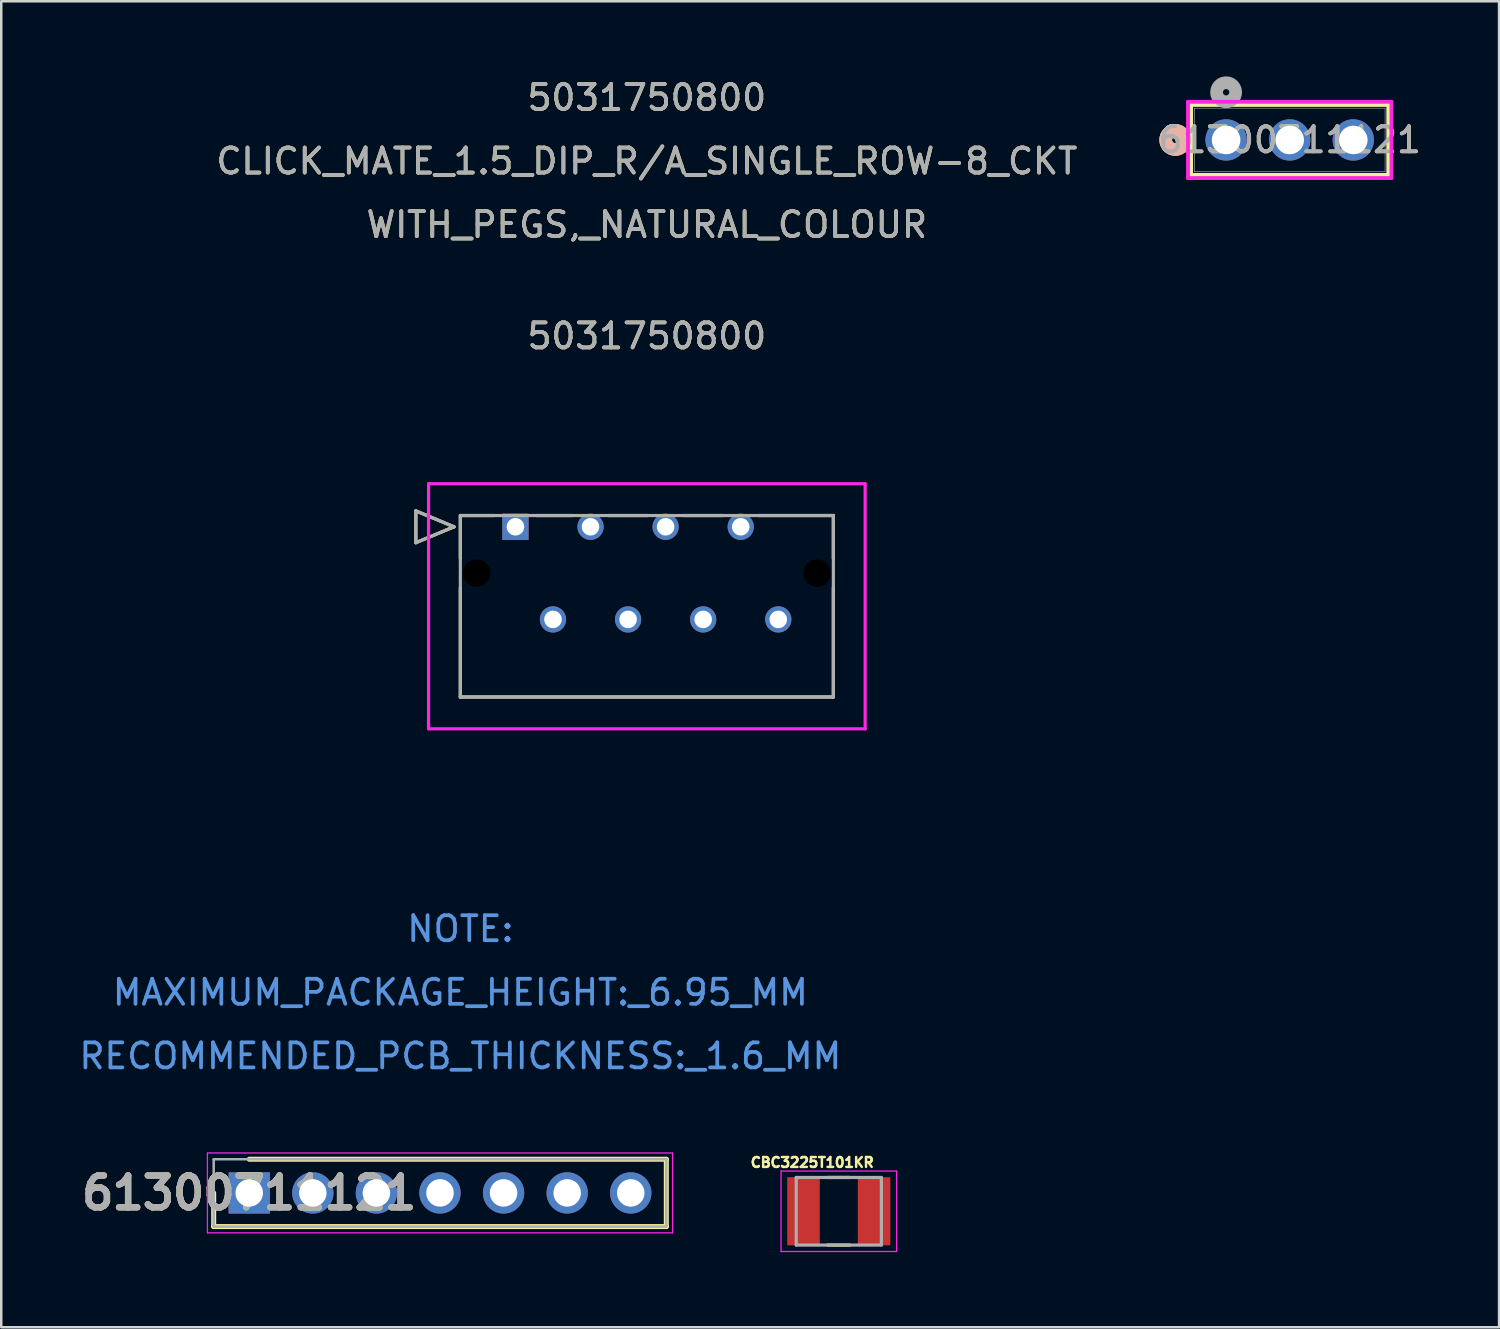
<source format=kicad_pcb>
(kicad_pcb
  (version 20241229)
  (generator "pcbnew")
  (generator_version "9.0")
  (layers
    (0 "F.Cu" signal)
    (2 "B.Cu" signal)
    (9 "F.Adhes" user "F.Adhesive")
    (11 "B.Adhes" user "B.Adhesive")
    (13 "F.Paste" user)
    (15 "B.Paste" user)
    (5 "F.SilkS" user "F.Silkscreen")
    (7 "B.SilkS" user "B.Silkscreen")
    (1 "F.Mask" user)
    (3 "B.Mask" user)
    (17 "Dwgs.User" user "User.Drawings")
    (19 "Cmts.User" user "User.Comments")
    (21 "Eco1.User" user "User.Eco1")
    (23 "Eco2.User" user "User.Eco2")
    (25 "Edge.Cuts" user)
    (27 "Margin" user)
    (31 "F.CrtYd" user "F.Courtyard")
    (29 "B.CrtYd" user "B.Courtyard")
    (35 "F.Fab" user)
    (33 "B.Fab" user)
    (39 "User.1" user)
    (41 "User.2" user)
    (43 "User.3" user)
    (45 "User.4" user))
  (footprint "CBC3225T101KR"
    (layer "F.Cu")
    (at 30.456 45.335)
    (property "Reference" "CBC3225T101KR" (at -1.06 -1.95 0) (layer "F.SilkS") (effects (font (size 0.394 0.394) (thickness 0.15))))
    (attr smd)
    (fp_line (start -0.44 -1.35) (end 0.44 -1.35) (stroke (width 0.127) (type solid)) (layer "F.SilkS"))
    (fp_line (start -0.44 1.35) (end 0.44 1.35) (stroke (width 0.127) (type solid)) (layer "F.SilkS"))
    (fp_line (start -2.308 -1.608) (end 2.308 -1.608) (stroke (width 0.05) (type solid)) (layer "F.CrtYd"))
    (fp_line (start -2.308 1.608) (end -2.308 -1.608) (stroke (width 0.05) (type solid)) (layer "F.CrtYd"))
    (fp_line (start -2.308 1.608) (end 2.308 1.608) (stroke (width 0.05) (type solid)) (layer "F.CrtYd"))
    (fp_line (start 2.308 1.608) (end 2.308 -1.608) (stroke (width 0.05) (type solid)) (layer "F.CrtYd"))
    (fp_line (start -1.7 1.35) (end -1.7 -1.35) (stroke (width 0.127) (type solid)) (layer "F.Fab"))
    (fp_line (start 1.7 -1.35) (end -1.7 -1.35) (stroke (width 0.127) (type solid)) (layer "F.Fab"))
    (fp_line (start 1.7 1.35) (end -1.7 1.35) (stroke (width 0.127) (type solid)) (layer "F.Fab"))
    (fp_line (start 1.7 1.35) (end 1.7 -1.35) (stroke (width 0.127) (type solid)) (layer "F.Fab"))
    (pad "1" smd rect (at -1.41 0) (size 1.3 2.72) (layers "F.Cu" "F.Mask" "F.Paste"))
    (pad "2" smd rect (at 1.41 0) (size 1.3 2.72) (layers "F.Cu" "F.Mask" "F.Paste")))
  (footprint "61300311121"
    (layer "F.Cu")
    (at 45.928 2.54)
    (property "Reference" "61300311121" (at 2.54 0 0) (unlocked yes) (layer "F.SilkS") (effects (font (size 1 1) (thickness 0.15))))
    (attr through_hole)
    (fp_line (start -1.397 -1.397) (end -1.397 1.397) (stroke (width 0.152) (type solid)) (layer "F.SilkS"))
    (fp_line (start -1.397 1.397) (end 6.477 1.397) (stroke (width 0.152) (type solid)) (layer "F.SilkS"))
    (fp_line (start 6.477 -1.397) (end -1.397 -1.397) (stroke (width 0.152) (type solid)) (layer "F.SilkS"))
    (fp_line (start 6.477 1.397) (end 6.477 -1.397) (stroke (width 0.152) (type solid)) (layer "F.SilkS"))
    (fp_circle (center -2.032 0) (end -1.651 0) (stroke (width 0.508) (type solid)) (fill no) (layer "F.SilkS"))
    (fp_circle (center -2.032 0) (end -1.651 0) (stroke (width 0.508) (type solid)) (fill no) (layer "B.SilkS"))
    (fp_line (start -1.524 -1.524) (end -1.524 1.524) (stroke (width 0.152) (type solid)) (layer "F.CrtYd"))
    (fp_line (start -1.524 1.524) (end 6.604 1.524) (stroke (width 0.152) (type solid)) (layer "F.CrtYd"))
    (fp_line (start 6.604 -1.524) (end -1.524 -1.524) (stroke (width 0.152) (type solid)) (layer "F.CrtYd"))
    (fp_line (start 6.604 1.524) (end 6.604 -1.524) (stroke (width 0.152) (type solid)) (layer "F.CrtYd"))
    (fp_line (start -1.27 -1.27) (end -1.27 1.27) (stroke (width 0.025) (type solid)) (layer "F.Fab"))
    (fp_line (start -1.27 1.27) (end 6.35 1.27) (stroke (width 0.025) (type solid)) (layer "F.Fab"))
    (fp_line (start 6.35 -1.27) (end -1.27 -1.27) (stroke (width 0.025) (type solid)) (layer "F.Fab"))
    (fp_line (start 6.35 1.27) (end 6.35 -1.27) (stroke (width 0.025) (type solid)) (layer "F.Fab"))
    (fp_circle (center 0 -1.905) (end 0.381 -1.905) (stroke (width 0.508) (type solid)) (fill no) (layer "F.Fab"))
    (fp_text user "${REFERENCE}" (at 2.54 0 0) (unlocked yes) (layer "F.Fab") (effects (font (size 1 1) (thickness 0.15))))
    (pad "1" thru_hole circle (at 0 0) (size 1.651 1.651) (drill 1.143) (layers "*.Cu" "*.Mask"))
    (pad "2" thru_hole circle (at 2.54 0) (size 1.651 1.651) (drill 1.143) (layers "*.Cu" "*.Mask"))
    (pad "3" thru_hole circle (at 5.08 0) (size 1.651 1.651) (drill 1.143) (layers "*.Cu" "*.Mask")))
  (footprint "61300711121"
    (layer "F.Cu")
    (at 6.906 44.602)
    (property "Reference" "61300711121" (at 0 0 0) (layer "F.SilkS") (effects (font (size 1.27 1.27) (thickness 0.254))))
    (attr through_hole)
    (fp_line (start -1.42 0) (end -1.42 1.345) (stroke (width 0.2) (type solid)) (layer "F.SilkS"))
    (fp_line (start -1.42 1.345) (end 16.66 1.345) (stroke (width 0.2) (type solid)) (layer "F.SilkS"))
    (fp_line (start 16.66 -1.345) (end 0 -1.345) (stroke (width 0.2) (type solid)) (layer "F.SilkS"))
    (fp_line (start 16.66 1.345) (end 16.66 -1.345) (stroke (width 0.2) (type solid)) (layer "F.SilkS"))
    (fp_line (start -1.67 -1.595) (end 16.91 -1.595) (stroke (width 0.05) (type solid)) (layer "F.CrtYd"))
    (fp_line (start -1.67 1.595) (end -1.67 -1.595) (stroke (width 0.05) (type solid)) (layer "F.CrtYd"))
    (fp_line (start 16.91 -1.595) (end 16.91 1.595) (stroke (width 0.05) (type solid)) (layer "F.CrtYd"))
    (fp_line (start 16.91 1.595) (end -1.67 1.595) (stroke (width 0.05) (type solid)) (layer "F.CrtYd"))
    (fp_line (start -1.42 -1.345) (end 16.66 -1.345) (stroke (width 0.1) (type solid)) (layer "F.Fab"))
    (fp_line (start -1.42 1.345) (end -1.42 -1.345) (stroke (width 0.1) (type solid)) (layer "F.Fab"))
    (fp_line (start 16.66 -1.345) (end 16.66 1.345) (stroke (width 0.1) (type solid)) (layer "F.Fab"))
    (fp_line (start 16.66 1.345) (end -1.42 1.345) (stroke (width 0.1) (type solid)) (layer "F.Fab"))
    (fp_text user "${REFERENCE}" (at 0 0 0) (layer "F.Fab") (effects (font (size 1.27 1.27) (thickness 0.254))))
    (pad "1" thru_hole rect (at 0 0) (size 1.65 1.65) (drill 1.1) (layers "*.Cu" "*.Mask"))
    (pad "2" thru_hole circle (at 2.54 0) (size 1.65 1.65) (drill 1.1) (layers "*.Cu" "*.Mask"))
    (pad "3" thru_hole circle (at 5.08 0) (size 1.65 1.65) (drill 1.1) (layers "*.Cu" "*.Mask"))
    (pad "4" thru_hole circle (at 7.62 0) (size 1.65 1.65) (drill 1.1) (layers "*.Cu" "*.Mask"))
    (pad "5" thru_hole circle (at 10.16 0) (size 1.65 1.65) (drill 1.1) (layers "*.Cu" "*.Mask"))
    (pad "6" thru_hole circle (at 12.7 0) (size 1.65 1.65) (drill 1.1) (layers "*.Cu" "*.Mask"))
    (pad "7" thru_hole circle (at 15.24 0) (size 1.65 1.65) (drill 1.1) (layers "*.Cu" "*.Mask")))
  (footprint "5031750800"
    (layer "F.Cu")
    (at 17.539 17.993)
    (property "Reference" "5031750800" (at 5.25 -7.62 0) (unlocked yes) (layer "F.SilkS") (effects (font (size 1 1) (thickness 0.15))))
    (attr through_hole)
    (fp_line (start -3.978 -0.635) (end -2.454 0) (stroke (width 0.127) (type solid)) (layer "F.SilkS"))
    (fp_line (start -3.978 0.635) (end -3.978 -0.635) (stroke (width 0.127) (type solid)) (layer "F.SilkS"))
    (fp_line (start -2.454 0) (end -3.978 0.635) (stroke (width 0.127) (type solid)) (layer "F.SilkS"))
    (fp_line (start -2.2 -0.45) (end -2.2 1.272) (stroke (width 0.127) (type solid)) (layer "F.SilkS"))
    (fp_line (start -2.2 2.428) (end -2.2 6.8) (stroke (width 0.127) (type solid)) (layer "F.SilkS"))
    (fp_line (start -2.2 6.8) (end 12.7 6.8) (stroke (width 0.127) (type solid)) (layer "F.SilkS"))
    (fp_line (start -0.845 -0.45) (end -2.2 -0.45) (stroke (width 0.127) (type solid)) (layer "F.SilkS"))
    (fp_line (start 2.285 -0.45) (end 0.845 -0.45) (stroke (width 0.127) (type solid)) (layer "F.SilkS"))
    (fp_line (start 5.285 -0.45) (end 3.715 -0.45) (stroke (width 0.127) (type solid)) (layer "F.SilkS"))
    (fp_line (start 8.285 -0.45) (end 6.715 -0.45) (stroke (width 0.127) (type solid)) (layer "F.SilkS"))
    (fp_line (start 12.7 -0.45) (end 9.715 -0.45) (stroke (width 0.127) (type solid)) (layer "F.SilkS"))
    (fp_line (start 12.7 1.272) (end 12.7 -0.45) (stroke (width 0.127) (type solid)) (layer "F.SilkS"))
    (fp_line (start 12.7 6.8) (end 12.7 2.428) (stroke (width 0.127) (type solid)) (layer "F.SilkS"))
    (fp_line (start -3.47 -1.72) (end -3.47 8.07) (stroke (width 0.127) (type solid)) (layer "F.CrtYd"))
    (fp_line (start -3.47 8.07) (end 13.97 8.07) (stroke (width 0.127) (type solid)) (layer "F.CrtYd"))
    (fp_line (start 13.97 -1.72) (end -3.47 -1.72) (stroke (width 0.127) (type solid)) (layer "F.CrtYd"))
    (fp_line (start 13.97 8.07) (end 13.97 -1.72) (stroke (width 0.127) (type solid)) (layer "F.CrtYd"))
    (fp_line (start -3.978 -0.635) (end -2.454 0) (stroke (width 0.127) (type solid)) (layer "F.Fab"))
    (fp_line (start -3.978 0.635) (end -3.978 -0.635) (stroke (width 0.127) (type solid)) (layer "F.Fab"))
    (fp_line (start -2.454 0) (end -3.978 0.635) (stroke (width 0.127) (type solid)) (layer "F.Fab"))
    (fp_line (start -2.2 -0.45) (end -2.2 6.8) (stroke (width 0.127) (type solid)) (layer "F.Fab"))
    (fp_line (start -2.2 6.8) (end 12.7 6.8) (stroke (width 0.127) (type solid)) (layer "F.Fab"))
    (fp_line (start 12.7 -0.45) (end -2.2 -0.45) (stroke (width 0.127) (type solid)) (layer "F.Fab"))
    (fp_line (start 12.7 6.8) (end 12.7 -0.45) (stroke (width 0.127) (type solid)) (layer "F.Fab"))
    (fp_text user "WITH_PEGS,_NATURAL_COLOUR" (at 5.25 -12.065 0) (unlocked yes) (layer "F.SilkS") (effects (font (size 1 1) (thickness 0.15))))
    (fp_text user "5031750800" (at 5.25 -17.145 0) (unlocked yes) (layer "F.SilkS") (effects (font (size 1 1) (thickness 0.15))))
    (fp_text user "CLICK_MATE_1.5_DIP_R/A_SINGLE_ROW-8_CKT" (at 5.25 -14.605 0) (unlocked yes) (layer "F.SilkS") (effects (font (size 1 1) (thickness 0.15))))
    (fp_text user "RECOMMENDED_PCB_THICKNESS:_1.6_MM" (at -2.2 21.14 0) (unlocked yes) (layer "Cmts.User") (effects (font (size 1 1) (thickness 0.15))))
    (fp_text user "MAXIMUM_PACKAGE_HEIGHT:_6.95_MM" (at -2.2 18.6 0) (unlocked yes) (layer "Cmts.User") (effects (font (size 1 1) (thickness 0.15))))
    (fp_text user "NOTE:" (at -2.2 16.06 0) (unlocked yes) (layer "Cmts.User") (effects (font (size 1 1) (thickness 0.15))))
    (fp_text user "WITH_PEGS,_NATURAL_COLOUR" (at 5.25 -12.065 0) (unlocked yes) (layer "F.Fab") (effects (font (size 1 1) (thickness 0.15))))
    (fp_text user "${REFERENCE}" (at 5.25 -7.62 0) (unlocked yes) (layer "F.Fab") (effects (font (size 1 1) (thickness 0.15))))
    (fp_text user "5031750800" (at 5.25 -17.145 0) (unlocked yes) (layer "F.Fab") (effects (font (size 1 1) (thickness 0.15))))
    (fp_text user "CLICK_MATE_1.5_DIP_R/A_SINGLE_ROW-8_CKT" (at 5.25 -14.605 0) (unlocked yes) (layer "F.Fab") (effects (font (size 1 1) (thickness 0.15))))
    (pad "" np_thru_hole circle (at -1.55 1.85) (size 1.1 1.1) (drill 1.1) (layers))
    (pad "" np_thru_hole circle (at 12.05 1.85) (size 1.1 1.1) (drill 1.1) (layers))
    (pad "1" thru_hole rect (at 0 0) (size 1.05 1.05) (drill 0.7) (layers "*.Cu" "*.Mask"))
    (pad "2" thru_hole circle (at 1.5 3.7) (size 1.05 1.05) (drill 0.7) (layers "*.Cu" "*.Mask"))
    (pad "3" thru_hole circle (at 3 0) (size 1.05 1.05) (drill 0.7) (layers "*.Cu" "*.Mask"))
    (pad "4" thru_hole circle (at 4.5 3.7) (size 1.05 1.05) (drill 0.7) (layers "*.Cu" "*.Mask"))
    (pad "5" thru_hole circle (at 6 0) (size 1.05 1.05) (drill 0.7) (layers "*.Cu" "*.Mask"))
    (pad "6" thru_hole circle (at 7.5 3.7) (size 1.05 1.05) (drill 0.7) (layers "*.Cu" "*.Mask"))
    (pad "7" thru_hole circle (at 9 0) (size 1.05 1.05) (drill 0.7) (layers "*.Cu" "*.Mask"))
    (pad "8" thru_hole circle (at 10.5 3.7) (size 1.05 1.05) (drill 0.7) (layers "*.Cu" "*.Mask")))
  (gr_rect
    (start -3 -3)
    (end 56.831 49.968)
    (stroke (width 0.1) (type default))
    (fill no)
    (layer "Edge.Cuts")))
</source>
